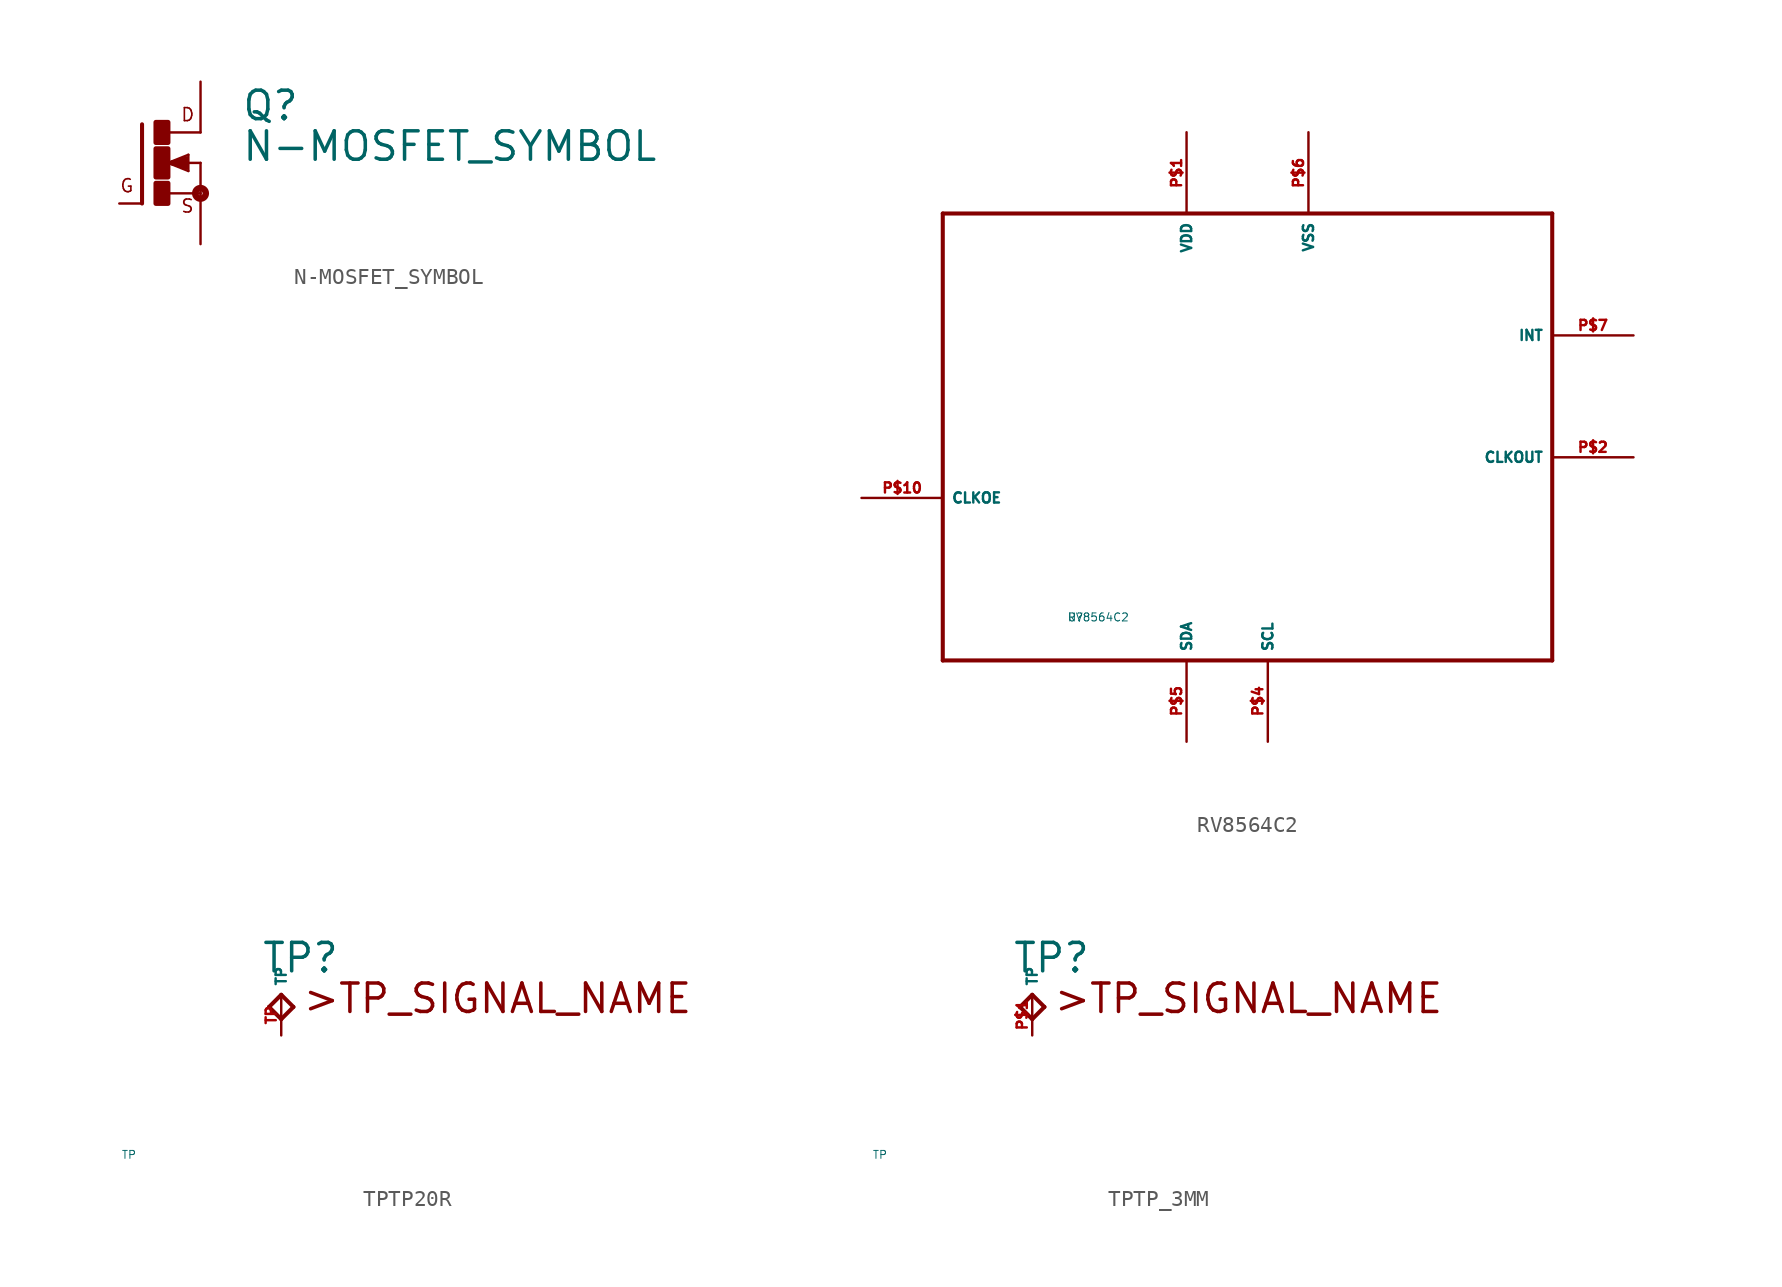
<source format=kicad_sym>
(kicad_symbol_lib
  (version 20220914)
  (generator Eagle2Kicad)
  (symbol "N-MOSFET_SYMBOL"
    (property "Reference" "Q"
      (at 5.08 2.54 0)
      (effects (font (size 1.778 1.778) (thickness 0.22)) (justify left bottom)))
    (property "Value" "N-MOSFET_SYMBOL"
      (at 5.08 0 0)
      (effects (font (size 1.778 1.778) (thickness 0.22)) (justify left bottom)))
    (polyline
      (pts (xy -1.118 2.413) (xy -1.118 -2.54))
      (stroke (width 0.254) (type default))
      (fill (type none)))
    (polyline
      (pts (xy 2.54 1.905) (xy 0.533 1.905))
      (stroke (width 0.152) (type default))
      (fill (type none)))
    (polyline
      (pts (xy 2.54 0) (xy 2.54 -1.905))
      (stroke (width 0.152) (type default))
      (fill (type none)))
    (polyline
      (pts (xy 0.508 -1.905) (xy 2.54 -1.905))
      (stroke (width 0.152) (type default))
      (fill (type none)))
    (polyline
      (pts (xy 2.54 -5.08) (xy 2.54 -1.905))
      (stroke (width 0.152) (type default))
      (fill (type none)))
    (polyline
      (pts (xy -2.54 -2.54) (xy -1.118 -2.54))
      (stroke (width 0.152) (type default))
      (fill (type none)))
    (polyline
      (pts (xy 2.54 5.08) (xy 2.54 1.905))
      (stroke (width 0.152) (type default))
      (fill (type none)))
    (polyline
      (pts (xy 0.508 0) (xy 1.778 -0.508))
      (stroke (width 0.152) (type default))
      (fill (type none)))
    (polyline
      (pts (xy 1.778 -0.508) (xy 1.778 0.508))
      (stroke (width 0.152) (type default))
      (fill (type none)))
    (polyline
      (pts (xy 1.778 0.508) (xy 0.508 0))
      (stroke (width 0.152) (type default))
      (fill (type none)))
    (polyline
      (pts (xy 1.651 0) (xy 2.54 0))
      (stroke (width 0.152) (type default))
      (fill (type none)))
    (polyline
      (pts (xy 1.651 0.254) (xy 0.762 0))
      (stroke (width 0.305) (type default))
      (fill (type none)))
    (polyline
      (pts (xy 0.762 0) (xy 1.651 -0.254))
      (stroke (width 0.305) (type default))
      (fill (type none)))
    (polyline
      (pts (xy 1.651 -0.254) (xy 1.651 0))
      (stroke (width 0.305) (type default))
      (fill (type none)))
    (polyline
      (pts (xy 1.651 0) (xy 1.397 0))
      (stroke (width 0.305) (type default))
      (fill (type none)))
    (text "D"
      (at 1.27 2.54 0)
      (effects (font (size 0.813 0.813) (thickness 0.10)) (justify left bottom)))
    (text "S"
      (at 1.27 -3.175 0)
      (effects (font (size 0.813 0.813) (thickness 0.10)) (justify left bottom)))
    (text "G"
      (at -2.54 -1.905 0)
      (effects (font (size 0.813 0.813) (thickness 0.10)) (justify left bottom)))
    (circle
      (center 2.54 -1.905)
      (radius 0.127)
      (stroke (width 0.406) (type default))
      (fill (type none)))
    (rectangle
      (start -0.254 -2.54)
      (end 0.508 -1.27)
      (stroke (width 0.3) (type default))
      (fill (type outline)))
    (rectangle
      (start -0.254 1.27)
      (end 0.508 2.54)
      (stroke (width 0.3) (type default))
      (fill (type outline)))
    (rectangle
      (start -0.254 -0.889)
      (end 0.508 0.889)
      (stroke (width 0.3) (type default))
      (fill (type outline))))
  (symbol "RV8564C2"
    (property "Reference" "U"
      (at -10 -10 0)
      (effects (font (size 0.5 0.5) (thickness 0.06)) (justify left)))
    (property "Value" "RV8564C2"
      (at -10 -10 0)
      (effects (font (size 0.5 0.5) (thickness 0.06)) (justify left)))
    (polyline
      (pts (xy -17.78 15.24) (xy 20.32 15.24))
      (stroke (width 0.254) (type default))
      (fill (type none)))
    (polyline
      (pts (xy 20.32 15.24) (xy 20.32 -12.7))
      (stroke (width 0.254) (type default))
      (fill (type none)))
    (polyline
      (pts (xy 20.32 -12.7) (xy -17.78 -12.7))
      (stroke (width 0.254) (type default))
      (fill (type none)))
    (polyline
      (pts (xy -17.78 -12.7) (xy -17.78 15.24))
      (stroke (width 0.254) (type default))
      (fill (type none)))
    (pin bidirectional line
      (at -2.54 -17.78 90)
      (length 5.08)
      (name "SDA" (effects (font (size 0.635 0.635) (thickness 0.08)) (justify left bottom)))
      (number "P$5" (effects (font (size 0.635 0.635) (thickness 0.08)) (justify left bottom))))
    (pin bidirectional line
      (at 2.54 -17.78 90)
      (length 5.08)
      (name "SCL" (effects (font (size 0.635 0.635) (thickness 0.08)) (justify left bottom)))
      (number "P$4" (effects (font (size 0.635 0.635) (thickness 0.08)) (justify left bottom))))
    (pin bidirectional line
      (at 25.4 0 180)
      (length 5.08)
      (name "CLKOUT" (effects (font (size 0.635 0.635) (thickness 0.08)) (justify left bottom)))
      (number "P$2" (effects (font (size 0.635 0.635) (thickness 0.08)) (justify left bottom))))
    (pin bidirectional line
      (at -22.86 -2.54 0)
      (length 5.08)
      (name "CLKOE" (effects (font (size 0.635 0.635) (thickness 0.08)) (justify left bottom)))
      (number "P$10" (effects (font (size 0.635 0.635) (thickness 0.08)) (justify left bottom))))
    (pin bidirectional line
      (at 25.4 7.62 180)
      (length 5.08)
      (name "INT" (effects (font (size 0.635 0.635) (thickness 0.08)) (justify left bottom)))
      (number "P$7" (effects (font (size 0.635 0.635) (thickness 0.08)) (justify left bottom))))
    (pin bidirectional line
      (at -2.54 20.32 270)
      (length 5.08)
      (name "VDD" (effects (font (size 0.635 0.635) (thickness 0.08)) (justify left bottom)))
      (number "P$1" (effects (font (size 0.635 0.635) (thickness 0.08)) (justify left bottom))))
    (pin bidirectional line
      (at 5.08 20.32 270)
      (length 5.08)
      (name "VSS" (effects (font (size 0.635 0.635) (thickness 0.08)) (justify left bottom)))
      (number "P$6" (effects (font (size 0.635 0.635) (thickness 0.08)) (justify left bottom)))))
  (symbol "TPTP20R"
    (property "Reference" "TP"
      (at -1.27 1.27 0)
      (effects (font (size 1.778 1.778) (thickness 0.22)) (justify left bottom)))
    (property "Value" "TP"
      (at -10 -10 0)
      (effects (font (size 0.5 0.5) (thickness 0.06)) (justify left)))
    (polyline
      (pts (xy -0.762 -0.762) (xy 0 0))
      (stroke (width 0.254) (type default))
      (fill (type none)))
    (polyline
      (pts (xy 0 0) (xy 0.762 -0.762))
      (stroke (width 0.254) (type default))
      (fill (type none)))
    (polyline
      (pts (xy 0.762 -0.762) (xy 0 -1.524))
      (stroke (width 0.254) (type default))
      (fill (type none)))
    (polyline
      (pts (xy 0 -1.524) (xy -0.762 -0.762))
      (stroke (width 0.254) (type default))
      (fill (type none)))
    (text ">TP_SIGNAL_NAME"
      (at 1.27 -1.27 0)
      (effects (font (size 1.778 1.778) (thickness 0.22)) (justify left bottom)))
    (pin input line
      (at 0 -2.54 90)
      (length 2.54)
      (name "TP" (effects (font (size 0.635 0.635) (thickness 0.08)) (justify left bottom)))
      (number "TP" (effects (font (size 0.635 0.635) (thickness 0.08)) (justify left bottom)))))
  (symbol "TPTP_3MM"
    (property "Reference" "TP"
      (at -1.27 1.27 0)
      (effects (font (size 1.778 1.778) (thickness 0.22)) (justify left bottom)))
    (property "Value" "TP"
      (at -10 -10 0)
      (effects (font (size 0.5 0.5) (thickness 0.06)) (justify left)))
    (polyline
      (pts (xy -0.762 -0.762) (xy 0 0))
      (stroke (width 0.254) (type default))
      (fill (type none)))
    (polyline
      (pts (xy 0 0) (xy 0.762 -0.762))
      (stroke (width 0.254) (type default))
      (fill (type none)))
    (polyline
      (pts (xy 0.762 -0.762) (xy 0 -1.524))
      (stroke (width 0.254) (type default))
      (fill (type none)))
    (polyline
      (pts (xy 0 -1.524) (xy -0.762 -0.762))
      (stroke (width 0.254) (type default))
      (fill (type none)))
    (text ">TP_SIGNAL_NAME"
      (at 1.27 -1.27 0)
      (effects (font (size 1.778 1.778) (thickness 0.22)) (justify left bottom)))
    (pin input line
      (at 0 -2.54 90)
      (length 2.54)
      (name "TP" (effects (font (size 0.635 0.635) (thickness 0.08)) (justify left bottom)))
      (number "P$1" (effects (font (size 0.635 0.635) (thickness 0.08)) (justify left bottom))))))
</source>
